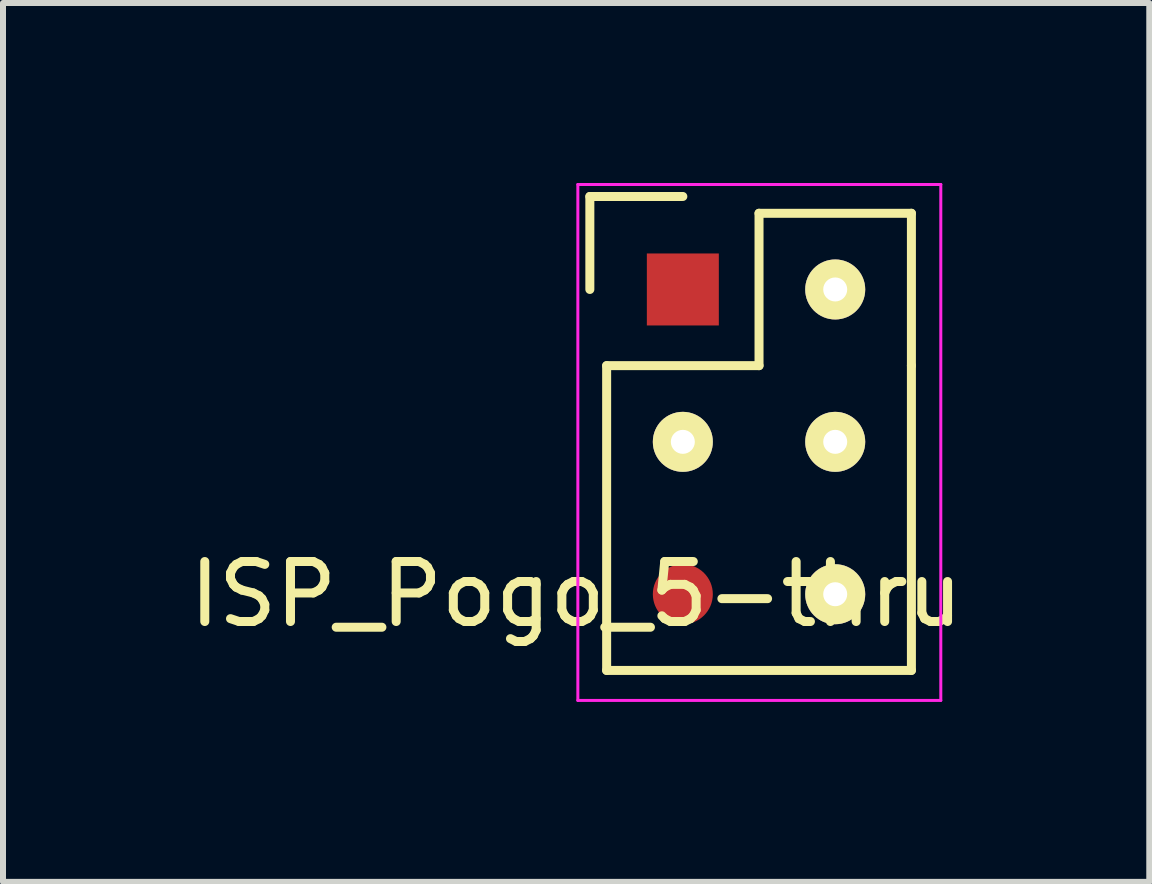
<source format=kicad_pcb>
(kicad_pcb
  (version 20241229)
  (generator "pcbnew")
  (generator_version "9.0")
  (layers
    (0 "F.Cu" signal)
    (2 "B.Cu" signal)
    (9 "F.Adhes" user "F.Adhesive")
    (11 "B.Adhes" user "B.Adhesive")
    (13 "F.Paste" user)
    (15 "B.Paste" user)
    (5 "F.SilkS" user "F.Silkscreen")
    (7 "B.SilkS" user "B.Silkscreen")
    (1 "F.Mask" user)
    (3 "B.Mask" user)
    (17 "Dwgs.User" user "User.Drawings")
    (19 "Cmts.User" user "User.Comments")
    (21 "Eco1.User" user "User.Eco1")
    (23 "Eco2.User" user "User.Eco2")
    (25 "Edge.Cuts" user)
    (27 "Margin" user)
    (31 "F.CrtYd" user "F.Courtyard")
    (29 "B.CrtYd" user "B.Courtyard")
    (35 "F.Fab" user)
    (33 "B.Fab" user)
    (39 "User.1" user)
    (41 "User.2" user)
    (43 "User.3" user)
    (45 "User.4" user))
  (footprint "ISP_Pogo_5-thru"
    (layer "F.Cu")
    (at 8.332 1.775)
    (property "Reference" "ISP_Pogo_5-thru" (at -1.778 5.08 0) (layer "F.SilkS") (effects (font (size 1 1) (thickness 0.15))))
    (attr through_hole)
    (fp_line (start -1.55 -1.55) (end -1.55 0) (stroke (width 0.15) (type solid)) (layer "F.SilkS"))
    (fp_line (start -1.55 -1.55) (end 0 -1.55) (stroke (width 0.15) (type solid)) (layer "F.SilkS"))
    (fp_line (start -1.27 1.27) (end -1.27 6.35) (stroke (width 0.15) (type solid)) (layer "F.SilkS"))
    (fp_line (start -1.27 6.35) (end 3.81 6.35) (stroke (width 0.15) (type solid)) (layer "F.SilkS"))
    (fp_line (start 1.27 -1.27) (end 1.27 1.27) (stroke (width 0.15) (type solid)) (layer "F.SilkS"))
    (fp_line (start 1.27 1.27) (end -1.27 1.27) (stroke (width 0.15) (type solid)) (layer "F.SilkS"))
    (fp_line (start 3.81 -1.27) (end 1.27 -1.27) (stroke (width 0.15) (type solid)) (layer "F.SilkS"))
    (fp_line (start 3.81 1.27) (end 3.81 -1.27) (stroke (width 0.15) (type solid)) (layer "F.SilkS"))
    (fp_line (start 3.81 6.35) (end 3.81 1.27) (stroke (width 0.15) (type solid)) (layer "F.SilkS"))
    (fp_line (start -1.75 -1.75) (end -1.75 6.85) (stroke (width 0.05) (type solid)) (layer "F.CrtYd"))
    (fp_line (start -1.75 -1.75) (end 4.3 -1.75) (stroke (width 0.05) (type solid)) (layer "F.CrtYd"))
    (fp_line (start -1.75 6.85) (end 4.3 6.85) (stroke (width 0.05) (type solid)) (layer "F.CrtYd"))
    (fp_line (start 4.3 -1.75) (end 4.3 6.85) (stroke (width 0.05) (type solid)) (layer "F.CrtYd"))
    (pad "1" smd rect (at 0 0) (size 1.2 1.2) (layers "F.Cu" "F.Mask"))
    (pad "2" thru_hole oval (at 2.54 0) (size 1 1) (drill 0.4) (layers "*.Cu" "*.Mask" "F.SilkS"))
    (pad "3" thru_hole oval (at 0 2.54) (size 1 1) (drill 0.4) (layers "*.Cu" "*.Mask" "F.SilkS"))
    (pad "4" thru_hole oval (at 2.54 2.54) (size 1 1) (drill 0.4) (layers "*.Cu" "*.Mask" "F.SilkS"))
    (pad "5" smd oval (at 0 5.08) (size 1 1) (layers "F.Cu" "F.Mask"))
    (pad "6" thru_hole oval (at 2.54 5.08) (size 1 1) (drill 0.4) (layers "*.Cu" "*.Mask" "F.SilkS")))
  (gr_rect
    (start -3 -3)
    (end 16.107 11.65)
    (stroke (width 0.1) (type default))
    (fill no)
    (layer "Edge.Cuts")))
</source>
